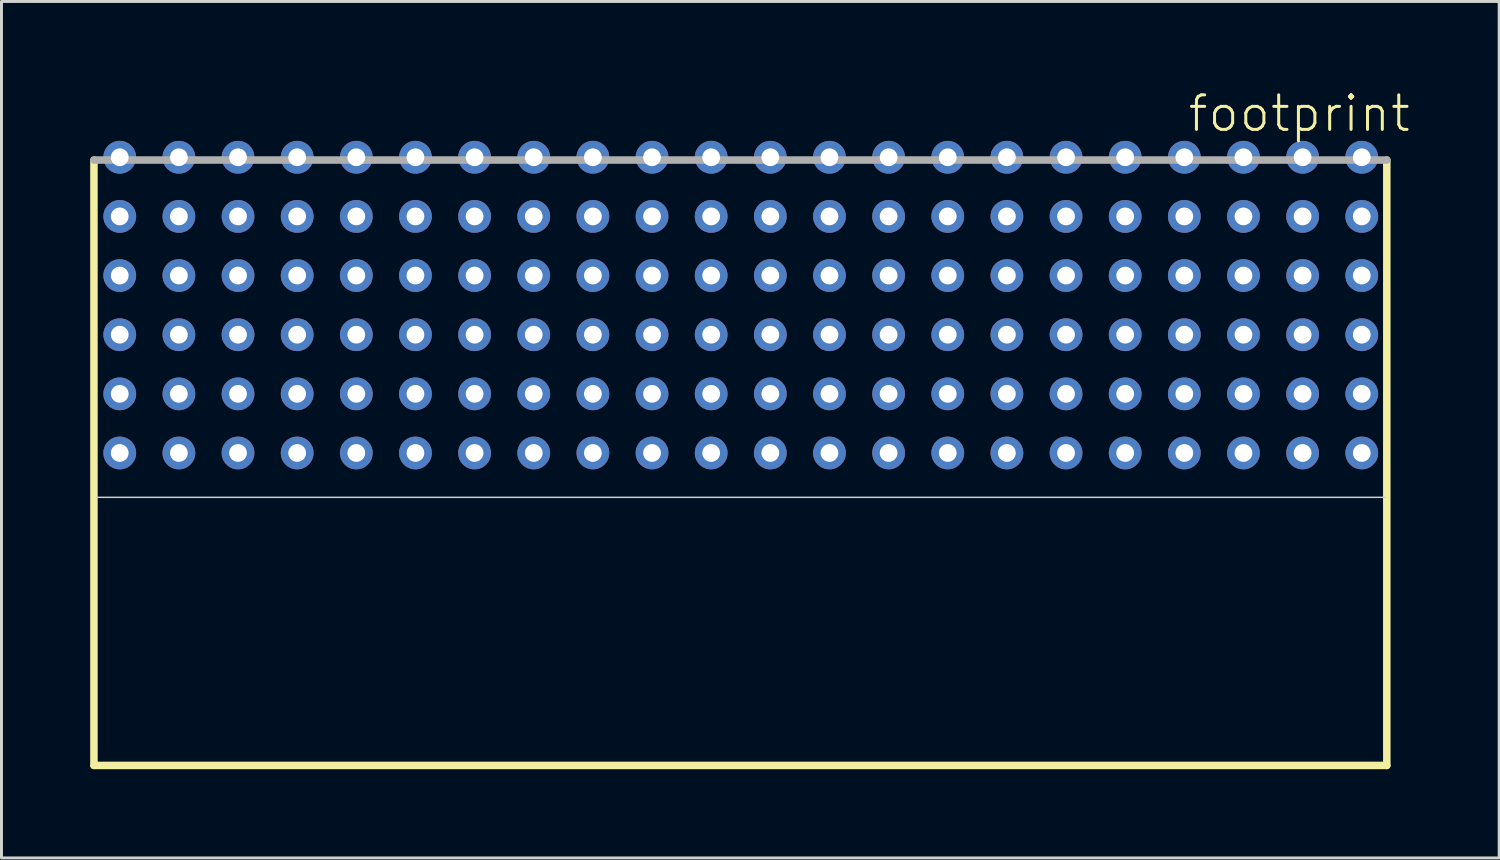
<source format=kicad_pcb>
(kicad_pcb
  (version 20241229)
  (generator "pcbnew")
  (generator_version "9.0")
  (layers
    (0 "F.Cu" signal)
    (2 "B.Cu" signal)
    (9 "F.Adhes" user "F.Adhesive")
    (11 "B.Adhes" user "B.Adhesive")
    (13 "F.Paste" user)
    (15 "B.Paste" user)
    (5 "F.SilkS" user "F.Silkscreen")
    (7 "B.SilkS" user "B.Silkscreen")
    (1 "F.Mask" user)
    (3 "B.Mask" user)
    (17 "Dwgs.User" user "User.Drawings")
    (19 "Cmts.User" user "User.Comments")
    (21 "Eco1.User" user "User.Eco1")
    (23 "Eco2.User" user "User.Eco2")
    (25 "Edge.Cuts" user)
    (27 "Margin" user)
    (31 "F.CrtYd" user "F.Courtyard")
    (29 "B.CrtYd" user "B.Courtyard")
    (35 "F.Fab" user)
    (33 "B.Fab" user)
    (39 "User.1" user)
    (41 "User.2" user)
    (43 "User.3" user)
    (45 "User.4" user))
  (footprint "footprint"
    (layer "F.Cu")
    (at 21.999 13.538)
    (property "Reference" "footprint" (at 15.065 -12.065 0) (layer "F.SilkS") (effects (font (size 1.168 1.168) (thickness 0.102)) (justify left bottom)))
    (fp_line (start -21.872 -11.176) (end -21.872 9.296) (stroke (width 0.254) (type solid)) (layer "F.SilkS"))
    (fp_line (start -21.872 9.296) (end 21.847 9.296) (stroke (width 0.254) (type solid)) (layer "F.SilkS"))
    (fp_line (start 21.847 9.296) (end 21.847 -11.176) (stroke (width 0.254) (type solid)) (layer "F.SilkS"))
    (fp_line (start -21.789 0.23) (end 21.789 0.23) (stroke (width 0.051) (type solid)) (layer "Edge.Cuts"))
    (fp_line (start 21.847 -11.176) (end -21.872 -11.176) (stroke (width 0.254) (type solid)) (layer "F.Fab"))
    (pad "A1" thru_hole circle (at 21 -1.27) (size 1.108 1.108) (drill 0.6) (layers "*.Cu" "*.Mask"))
    (pad "A2" thru_hole circle (at 19 -1.27) (size 1.108 1.108) (drill 0.6) (layers "*.Cu" "*.Mask"))
    (pad "A3" thru_hole circle (at 17 -1.27) (size 1.108 1.108) (drill 0.6) (layers "*.Cu" "*.Mask"))
    (pad "A4" thru_hole circle (at 15 -1.27) (size 1.108 1.108) (drill 0.6) (layers "*.Cu" "*.Mask"))
    (pad "A5" thru_hole circle (at 13 -1.27) (size 1.108 1.108) (drill 0.6) (layers "*.Cu" "*.Mask"))
    (pad "A6" thru_hole circle (at 11 -1.27) (size 1.108 1.108) (drill 0.6) (layers "*.Cu" "*.Mask"))
    (pad "A7" thru_hole circle (at 9 -1.27) (size 1.108 1.108) (drill 0.6) (layers "*.Cu" "*.Mask"))
    (pad "A8" thru_hole circle (at 7 -1.27) (size 1.108 1.108) (drill 0.6) (layers "*.Cu" "*.Mask"))
    (pad "A9" thru_hole circle (at 5 -1.27) (size 1.108 1.108) (drill 0.6) (layers "*.Cu" "*.Mask"))
    (pad "A10" thru_hole circle (at 3 -1.27) (size 1.108 1.108) (drill 0.6) (layers "*.Cu" "*.Mask"))
    (pad "A11" thru_hole circle (at 1 -1.27) (size 1.108 1.108) (drill 0.6) (layers "*.Cu" "*.Mask"))
    (pad "A12" thru_hole circle (at -1 -1.27) (size 1.108 1.108) (drill 0.6) (layers "*.Cu" "*.Mask"))
    (pad "A13" thru_hole circle (at -3 -1.27) (size 1.108 1.108) (drill 0.6) (layers "*.Cu" "*.Mask"))
    (pad "A14" thru_hole circle (at -5 -1.27) (size 1.108 1.108) (drill 0.6) (layers "*.Cu" "*.Mask"))
    (pad "A15" thru_hole circle (at -7 -1.27) (size 1.108 1.108) (drill 0.6) (layers "*.Cu" "*.Mask"))
    (pad "A16" thru_hole circle (at -9 -1.27) (size 1.108 1.108) (drill 0.6) (layers "*.Cu" "*.Mask"))
    (pad "A17" thru_hole circle (at -11 -1.27) (size 1.108 1.108) (drill 0.6) (layers "*.Cu" "*.Mask"))
    (pad "A18" thru_hole circle (at -13 -1.27) (size 1.108 1.108) (drill 0.6) (layers "*.Cu" "*.Mask"))
    (pad "A19" thru_hole circle (at -15 -1.27) (size 1.108 1.108) (drill 0.6) (layers "*.Cu" "*.Mask"))
    (pad "A20" thru_hole circle (at -17 -1.27) (size 1.108 1.108) (drill 0.6) (layers "*.Cu" "*.Mask"))
    (pad "A21" thru_hole circle (at -19 -1.27) (size 1.108 1.108) (drill 0.6) (layers "*.Cu" "*.Mask"))
    (pad "A22" thru_hole circle (at -21 -1.27) (size 1.108 1.108) (drill 0.6) (layers "*.Cu" "*.Mask"))
    (pad "B1" thru_hole circle (at 21 -3.27) (size 1.108 1.108) (drill 0.6) (layers "*.Cu" "*.Mask"))
    (pad "B2" thru_hole circle (at 19 -3.27) (size 1.108 1.108) (drill 0.6) (layers "*.Cu" "*.Mask"))
    (pad "B3" thru_hole circle (at 17 -3.27) (size 1.108 1.108) (drill 0.6) (layers "*.Cu" "*.Mask"))
    (pad "B4" thru_hole circle (at 15 -3.27) (size 1.108 1.108) (drill 0.6) (layers "*.Cu" "*.Mask"))
    (pad "B5" thru_hole circle (at 13 -3.27) (size 1.108 1.108) (drill 0.6) (layers "*.Cu" "*.Mask"))
    (pad "B6" thru_hole circle (at 11 -3.27) (size 1.108 1.108) (drill 0.6) (layers "*.Cu" "*.Mask"))
    (pad "B7" thru_hole circle (at 9 -3.27) (size 1.108 1.108) (drill 0.6) (layers "*.Cu" "*.Mask"))
    (pad "B8" thru_hole circle (at 7 -3.27) (size 1.108 1.108) (drill 0.6) (layers "*.Cu" "*.Mask"))
    (pad "B9" thru_hole circle (at 5 -3.27) (size 1.108 1.108) (drill 0.6) (layers "*.Cu" "*.Mask"))
    (pad "B10" thru_hole circle (at 3 -3.27) (size 1.108 1.108) (drill 0.6) (layers "*.Cu" "*.Mask"))
    (pad "B11" thru_hole circle (at 1 -3.27) (size 1.108 1.108) (drill 0.6) (layers "*.Cu" "*.Mask"))
    (pad "B12" thru_hole circle (at -1 -3.27) (size 1.108 1.108) (drill 0.6) (layers "*.Cu" "*.Mask"))
    (pad "B13" thru_hole circle (at -3 -3.27) (size 1.108 1.108) (drill 0.6) (layers "*.Cu" "*.Mask"))
    (pad "B14" thru_hole circle (at -5 -3.27) (size 1.108 1.108) (drill 0.6) (layers "*.Cu" "*.Mask"))
    (pad "B15" thru_hole circle (at -7 -3.27) (size 1.108 1.108) (drill 0.6) (layers "*.Cu" "*.Mask"))
    (pad "B16" thru_hole circle (at -9 -3.27) (size 1.108 1.108) (drill 0.6) (layers "*.Cu" "*.Mask"))
    (pad "B17" thru_hole circle (at -11 -3.27) (size 1.108 1.108) (drill 0.6) (layers "*.Cu" "*.Mask"))
    (pad "B18" thru_hole circle (at -13 -3.27) (size 1.108 1.108) (drill 0.6) (layers "*.Cu" "*.Mask"))
    (pad "B19" thru_hole circle (at -15 -3.27) (size 1.108 1.108) (drill 0.6) (layers "*.Cu" "*.Mask"))
    (pad "B20" thru_hole circle (at -17 -3.27) (size 1.108 1.108) (drill 0.6) (layers "*.Cu" "*.Mask"))
    (pad "B21" thru_hole circle (at -19 -3.27) (size 1.108 1.108) (drill 0.6) (layers "*.Cu" "*.Mask"))
    (pad "B22" thru_hole circle (at -21 -3.27) (size 1.108 1.108) (drill 0.6) (layers "*.Cu" "*.Mask"))
    (pad "C1" thru_hole circle (at 21 -5.27) (size 1.108 1.108) (drill 0.6) (layers "*.Cu" "*.Mask"))
    (pad "C2" thru_hole circle (at 19 -5.27) (size 1.108 1.108) (drill 0.6) (layers "*.Cu" "*.Mask"))
    (pad "C3" thru_hole circle (at 17 -5.27) (size 1.108 1.108) (drill 0.6) (layers "*.Cu" "*.Mask"))
    (pad "C4" thru_hole circle (at 15 -5.27) (size 1.108 1.108) (drill 0.6) (layers "*.Cu" "*.Mask"))
    (pad "C5" thru_hole circle (at 13 -5.27) (size 1.108 1.108) (drill 0.6) (layers "*.Cu" "*.Mask"))
    (pad "C6" thru_hole circle (at 11 -5.27) (size 1.108 1.108) (drill 0.6) (layers "*.Cu" "*.Mask"))
    (pad "C7" thru_hole circle (at 9 -5.27) (size 1.108 1.108) (drill 0.6) (layers "*.Cu" "*.Mask"))
    (pad "C8" thru_hole circle (at 7 -5.27) (size 1.108 1.108) (drill 0.6) (layers "*.Cu" "*.Mask"))
    (pad "C9" thru_hole circle (at 5 -5.27) (size 1.108 1.108) (drill 0.6) (layers "*.Cu" "*.Mask"))
    (pad "C10" thru_hole circle (at 3 -5.27) (size 1.108 1.108) (drill 0.6) (layers "*.Cu" "*.Mask"))
    (pad "C11" thru_hole circle (at 1 -5.27) (size 1.108 1.108) (drill 0.6) (layers "*.Cu" "*.Mask"))
    (pad "C12" thru_hole circle (at -1 -5.27) (size 1.108 1.108) (drill 0.6) (layers "*.Cu" "*.Mask"))
    (pad "C13" thru_hole circle (at -3 -5.27) (size 1.108 1.108) (drill 0.6) (layers "*.Cu" "*.Mask"))
    (pad "C14" thru_hole circle (at -5 -5.27) (size 1.108 1.108) (drill 0.6) (layers "*.Cu" "*.Mask"))
    (pad "C15" thru_hole circle (at -7 -5.27) (size 1.108 1.108) (drill 0.6) (layers "*.Cu" "*.Mask"))
    (pad "C16" thru_hole circle (at -9 -5.27) (size 1.108 1.108) (drill 0.6) (layers "*.Cu" "*.Mask"))
    (pad "C17" thru_hole circle (at -11 -5.27) (size 1.108 1.108) (drill 0.6) (layers "*.Cu" "*.Mask"))
    (pad "C18" thru_hole circle (at -13 -5.27) (size 1.108 1.108) (drill 0.6) (layers "*.Cu" "*.Mask"))
    (pad "C19" thru_hole circle (at -15 -5.27) (size 1.108 1.108) (drill 0.6) (layers "*.Cu" "*.Mask"))
    (pad "C20" thru_hole circle (at -17 -5.27) (size 1.108 1.108) (drill 0.6) (layers "*.Cu" "*.Mask"))
    (pad "C21" thru_hole circle (at -19 -5.27) (size 1.108 1.108) (drill 0.6) (layers "*.Cu" "*.Mask"))
    (pad "C22" thru_hole circle (at -21 -5.27) (size 1.108 1.108) (drill 0.6) (layers "*.Cu" "*.Mask"))
    (pad "D1" thru_hole circle (at 21 -7.27) (size 1.108 1.108) (drill 0.6) (layers "*.Cu" "*.Mask"))
    (pad "D2" thru_hole circle (at 19 -7.27) (size 1.108 1.108) (drill 0.6) (layers "*.Cu" "*.Mask"))
    (pad "D3" thru_hole circle (at 17 -7.27) (size 1.108 1.108) (drill 0.6) (layers "*.Cu" "*.Mask"))
    (pad "D4" thru_hole circle (at 15 -7.27) (size 1.108 1.108) (drill 0.6) (layers "*.Cu" "*.Mask"))
    (pad "D5" thru_hole circle (at 13 -7.27) (size 1.108 1.108) (drill 0.6) (layers "*.Cu" "*.Mask"))
    (pad "D6" thru_hole circle (at 11 -7.27) (size 1.108 1.108) (drill 0.6) (layers "*.Cu" "*.Mask"))
    (pad "D7" thru_hole circle (at 9 -7.27) (size 1.108 1.108) (drill 0.6) (layers "*.Cu" "*.Mask"))
    (pad "D8" thru_hole circle (at 7 -7.27) (size 1.108 1.108) (drill 0.6) (layers "*.Cu" "*.Mask"))
    (pad "D9" thru_hole circle (at 5 -7.27) (size 1.108 1.108) (drill 0.6) (layers "*.Cu" "*.Mask"))
    (pad "D10" thru_hole circle (at 3 -7.27) (size 1.108 1.108) (drill 0.6) (layers "*.Cu" "*.Mask"))
    (pad "D11" thru_hole circle (at 1 -7.27) (size 1.108 1.108) (drill 0.6) (layers "*.Cu" "*.Mask"))
    (pad "D12" thru_hole circle (at -1 -7.27) (size 1.108 1.108) (drill 0.6) (layers "*.Cu" "*.Mask"))
    (pad "D13" thru_hole circle (at -3 -7.27) (size 1.108 1.108) (drill 0.6) (layers "*.Cu" "*.Mask"))
    (pad "D14" thru_hole circle (at -5 -7.27) (size 1.108 1.108) (drill 0.6) (layers "*.Cu" "*.Mask"))
    (pad "D15" thru_hole circle (at -7 -7.27) (size 1.108 1.108) (drill 0.6) (layers "*.Cu" "*.Mask"))
    (pad "D16" thru_hole circle (at -9 -7.27) (size 1.108 1.108) (drill 0.6) (layers "*.Cu" "*.Mask"))
    (pad "D17" thru_hole circle (at -11 -7.27) (size 1.108 1.108) (drill 0.6) (layers "*.Cu" "*.Mask"))
    (pad "D18" thru_hole circle (at -13 -7.27) (size 1.108 1.108) (drill 0.6) (layers "*.Cu" "*.Mask"))
    (pad "D19" thru_hole circle (at -15 -7.27) (size 1.108 1.108) (drill 0.6) (layers "*.Cu" "*.Mask"))
    (pad "D20" thru_hole circle (at -17 -7.27) (size 1.108 1.108) (drill 0.6) (layers "*.Cu" "*.Mask"))
    (pad "D21" thru_hole circle (at -19 -7.27) (size 1.108 1.108) (drill 0.6) (layers "*.Cu" "*.Mask"))
    (pad "D22" thru_hole circle (at -21 -7.27) (size 1.108 1.108) (drill 0.6) (layers "*.Cu" "*.Mask"))
    (pad "E1" thru_hole circle (at 21 -9.27) (size 1.108 1.108) (drill 0.6) (layers "*.Cu" "*.Mask"))
    (pad "E2" thru_hole circle (at 19 -9.27) (size 1.108 1.108) (drill 0.6) (layers "*.Cu" "*.Mask"))
    (pad "E3" thru_hole circle (at 17 -9.27) (size 1.108 1.108) (drill 0.6) (layers "*.Cu" "*.Mask"))
    (pad "E4" thru_hole circle (at 15 -9.27) (size 1.108 1.108) (drill 0.6) (layers "*.Cu" "*.Mask"))
    (pad "E5" thru_hole circle (at 13 -9.27) (size 1.108 1.108) (drill 0.6) (layers "*.Cu" "*.Mask"))
    (pad "E6" thru_hole circle (at 11 -9.27) (size 1.108 1.108) (drill 0.6) (layers "*.Cu" "*.Mask"))
    (pad "E7" thru_hole circle (at 9 -9.27) (size 1.108 1.108) (drill 0.6) (layers "*.Cu" "*.Mask"))
    (pad "E8" thru_hole circle (at 7 -9.27) (size 1.108 1.108) (drill 0.6) (layers "*.Cu" "*.Mask"))
    (pad "E9" thru_hole circle (at 5 -9.27) (size 1.108 1.108) (drill 0.6) (layers "*.Cu" "*.Mask"))
    (pad "E10" thru_hole circle (at 3 -9.27) (size 1.108 1.108) (drill 0.6) (layers "*.Cu" "*.Mask"))
    (pad "E11" thru_hole circle (at 1 -9.27) (size 1.108 1.108) (drill 0.6) (layers "*.Cu" "*.Mask"))
    (pad "E12" thru_hole circle (at -1 -9.27) (size 1.108 1.108) (drill 0.6) (layers "*.Cu" "*.Mask"))
    (pad "E13" thru_hole circle (at -3 -9.27) (size 1.108 1.108) (drill 0.6) (layers "*.Cu" "*.Mask"))
    (pad "E14" thru_hole circle (at -5 -9.27) (size 1.108 1.108) (drill 0.6) (layers "*.Cu" "*.Mask"))
    (pad "E15" thru_hole circle (at -7 -9.27) (size 1.108 1.108) (drill 0.6) (layers "*.Cu" "*.Mask"))
    (pad "E16" thru_hole circle (at -9 -9.27) (size 1.108 1.108) (drill 0.6) (layers "*.Cu" "*.Mask"))
    (pad "E17" thru_hole circle (at -11 -9.27) (size 1.108 1.108) (drill 0.6) (layers "*.Cu" "*.Mask"))
    (pad "E18" thru_hole circle (at -13 -9.27) (size 1.108 1.108) (drill 0.6) (layers "*.Cu" "*.Mask"))
    (pad "E19" thru_hole circle (at -15 -9.27) (size 1.108 1.108) (drill 0.6) (layers "*.Cu" "*.Mask"))
    (pad "E20" thru_hole circle (at -17 -9.27) (size 1.108 1.108) (drill 0.6) (layers "*.Cu" "*.Mask"))
    (pad "E21" thru_hole circle (at -19 -9.27) (size 1.108 1.108) (drill 0.6) (layers "*.Cu" "*.Mask"))
    (pad "E22" thru_hole circle (at -21 -9.27) (size 1.108 1.108) (drill 0.6) (layers "*.Cu" "*.Mask"))
    (pad "F1" thru_hole circle (at 21 -11.27) (size 1.108 1.108) (drill 0.6) (layers "*.Cu" "*.Mask"))
    (pad "F2" thru_hole circle (at 19 -11.27) (size 1.108 1.108) (drill 0.6) (layers "*.Cu" "*.Mask"))
    (pad "F3" thru_hole circle (at 17 -11.27) (size 1.108 1.108) (drill 0.6) (layers "*.Cu" "*.Mask"))
    (pad "F4" thru_hole circle (at 15 -11.27) (size 1.108 1.108) (drill 0.6) (layers "*.Cu" "*.Mask"))
    (pad "F5" thru_hole circle (at 13 -11.27) (size 1.108 1.108) (drill 0.6) (layers "*.Cu" "*.Mask"))
    (pad "F6" thru_hole circle (at 11 -11.27) (size 1.108 1.108) (drill 0.6) (layers "*.Cu" "*.Mask"))
    (pad "F7" thru_hole circle (at 9 -11.27) (size 1.108 1.108) (drill 0.6) (layers "*.Cu" "*.Mask"))
    (pad "F8" thru_hole circle (at 7 -11.27) (size 1.108 1.108) (drill 0.6) (layers "*.Cu" "*.Mask"))
    (pad "F9" thru_hole circle (at 5 -11.27) (size 1.108 1.108) (drill 0.6) (layers "*.Cu" "*.Mask"))
    (pad "F10" thru_hole circle (at 3 -11.27) (size 1.108 1.108) (drill 0.6) (layers "*.Cu" "*.Mask"))
    (pad "F11" thru_hole circle (at 1 -11.27) (size 1.108 1.108) (drill 0.6) (layers "*.Cu" "*.Mask"))
    (pad "F12" thru_hole circle (at -1 -11.27) (size 1.108 1.108) (drill 0.6) (layers "*.Cu" "*.Mask"))
    (pad "F13" thru_hole circle (at -3 -11.27) (size 1.108 1.108) (drill 0.6) (layers "*.Cu" "*.Mask"))
    (pad "F14" thru_hole circle (at -5 -11.27) (size 1.108 1.108) (drill 0.6) (layers "*.Cu" "*.Mask"))
    (pad "F15" thru_hole circle (at -7 -11.27) (size 1.108 1.108) (drill 0.6) (layers "*.Cu" "*.Mask"))
    (pad "F16" thru_hole circle (at -9 -11.27) (size 1.108 1.108) (drill 0.6) (layers "*.Cu" "*.Mask"))
    (pad "F17" thru_hole circle (at -11 -11.27) (size 1.108 1.108) (drill 0.6) (layers "*.Cu" "*.Mask"))
    (pad "F18" thru_hole circle (at -13 -11.27) (size 1.108 1.108) (drill 0.6) (layers "*.Cu" "*.Mask"))
    (pad "F19" thru_hole circle (at -15 -11.27) (size 1.108 1.108) (drill 0.6) (layers "*.Cu" "*.Mask"))
    (pad "F20" thru_hole circle (at -17 -11.27) (size 1.108 1.108) (drill 0.6) (layers "*.Cu" "*.Mask"))
    (pad "F21" thru_hole circle (at -19 -11.27) (size 1.108 1.108) (drill 0.6) (layers "*.Cu" "*.Mask"))
    (pad "F22" thru_hole circle (at -21 -11.27) (size 1.108 1.108) (drill 0.6) (layers "*.Cu" "*.Mask")))
  (gr_rect
    (start -3 -3)
    (end 47.646 25.962)
    (stroke (width 0.1) (type default))
    (fill no)
    (layer "Edge.Cuts")))
</source>
